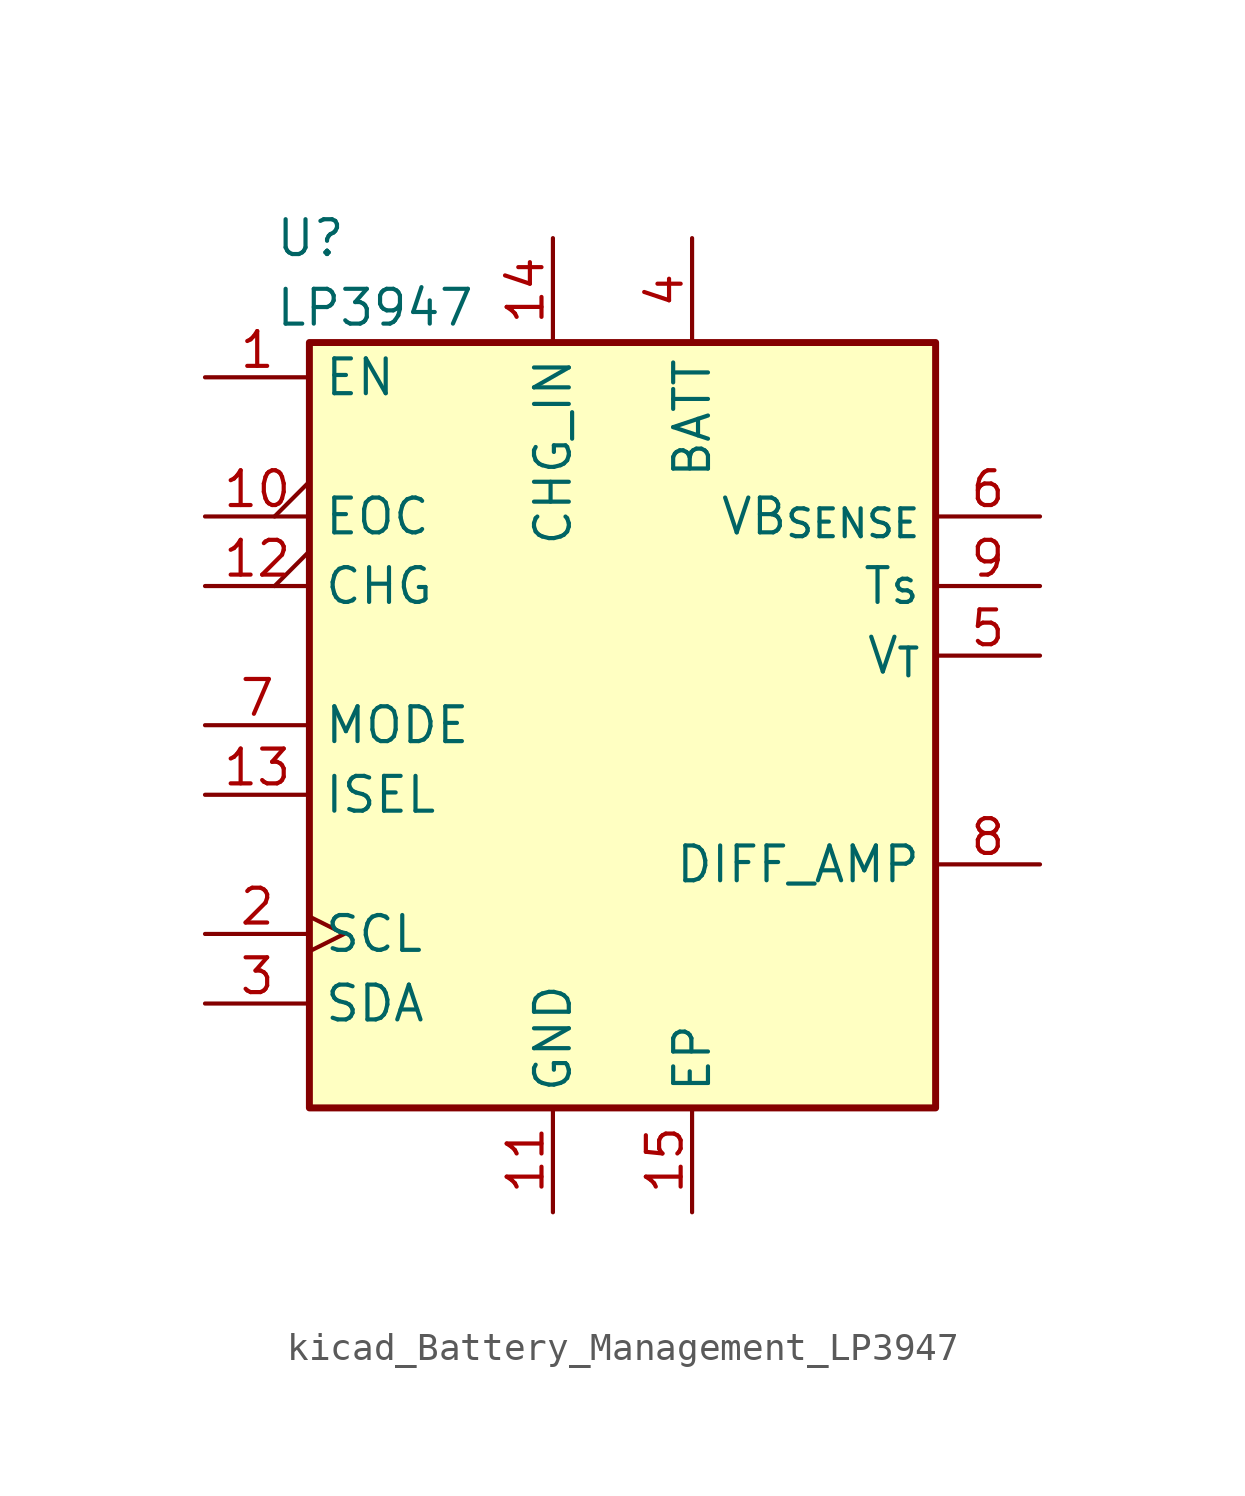
<source format=kicad_sym>
(kicad_symbol_lib
  (version 20220914)
  (generator kicad_symbol_editor)
  (symbol "kicad_Battery_Management_LP3947"
    (property "Reference" "U"
      (at -12.7 17.78 0)
      (effects (font (size 1.27 1.27)) (justify left)))
    (property "Value" "LP3947"
      (at -12.7 15.24 0)
      (effects (font (size 1.27 1.27)) (justify left)))
    (symbol "kicad_Battery_Management_LP3947_0_1"
      (rectangle (start -11.43 13.97) (end 11.43 -13.97) (stroke (width 0.254) (type default)) (fill (type background))))
    (symbol "kicad_Battery_Management_LP3947_1_1"
      (pin input line (at -15.24 12.7 0) (length 3.81) (name "EN" (effects (font (size 1.27 1.27)))) (number "1" (effects (font (size 1.27 1.27)))))
      (pin open_collector output_low (at -15.24 7.62 0) (length 3.81) (name "EOC" (effects (font (size 1.27 1.27)))) (number "10" (effects (font (size 1.27 1.27)))))
      (pin power_in line (at -2.54 -17.78 90) (length 3.81) (name "GND" (effects (font (size 1.27 1.27)))) (number "11" (effects (font (size 1.27 1.27)))))
      (pin open_collector output_low (at -15.24 5.08 0) (length 3.81) (name "CHG" (effects (font (size 1.27 1.27)))) (number "12" (effects (font (size 1.27 1.27)))))
      (pin input line (at -15.24 -2.54 0) (length 3.81) (name "ISEL" (effects (font (size 1.27 1.27)))) (number "13" (effects (font (size 1.27 1.27)))))
      (pin power_in line (at -2.54 17.78 270) (length 3.81) (name "CHG_IN" (effects (font (size 1.27 1.27)))) (number "14" (effects (font (size 1.27 1.27)))))
      (pin power_in line (at 2.54 -17.78 90) (length 3.81) (name "EP" (effects (font (size 1.27 1.27)))) (number "15" (effects (font (size 1.27 1.27)))))
      (pin input clock (at -15.24 -7.62 0) (length 3.81) (name "SCL" (effects (font (size 1.27 1.27)))) (number "2" (effects (font (size 1.27 1.27)))))
      (pin bidirectional line (at -15.24 -10.16 0) (length 3.81) (name "SDA" (effects (font (size 1.27 1.27)))) (number "3" (effects (font (size 1.27 1.27)))))
      (pin power_out line (at 2.54 17.78 270) (length 3.81) (name "BATT" (effects (font (size 1.27 1.27)))) (number "4" (effects (font (size 1.27 1.27)))))
      (pin power_out line (at 15.24 2.54 180) (length 3.81) (name "V_{T}" (effects (font (size 1.27 1.27)))) (number "5" (effects (font (size 1.27 1.27)))))
      (pin input line (at 15.24 7.62 180) (length 3.81) (name "VB_{SENSE}" (effects (font (size 1.27 1.27)))) (number "6" (effects (font (size 1.27 1.27)))))
      (pin input line (at -15.24 0 0) (length 3.81) (name "MODE" (effects (font (size 1.27 1.27)))) (number "7" (effects (font (size 1.27 1.27)))))
      (pin output line (at 15.24 -5.08 180) (length 3.81) (name "DIFF_AMP" (effects (font (size 1.27 1.27)))) (number "8" (effects (font (size 1.27 1.27)))))
      (pin input line (at 15.24 5.08 180) (length 3.81) (name "Ts" (effects (font (size 1.27 1.27)))) (number "9" (effects (font (size 1.27 1.27))))))))
</source>
